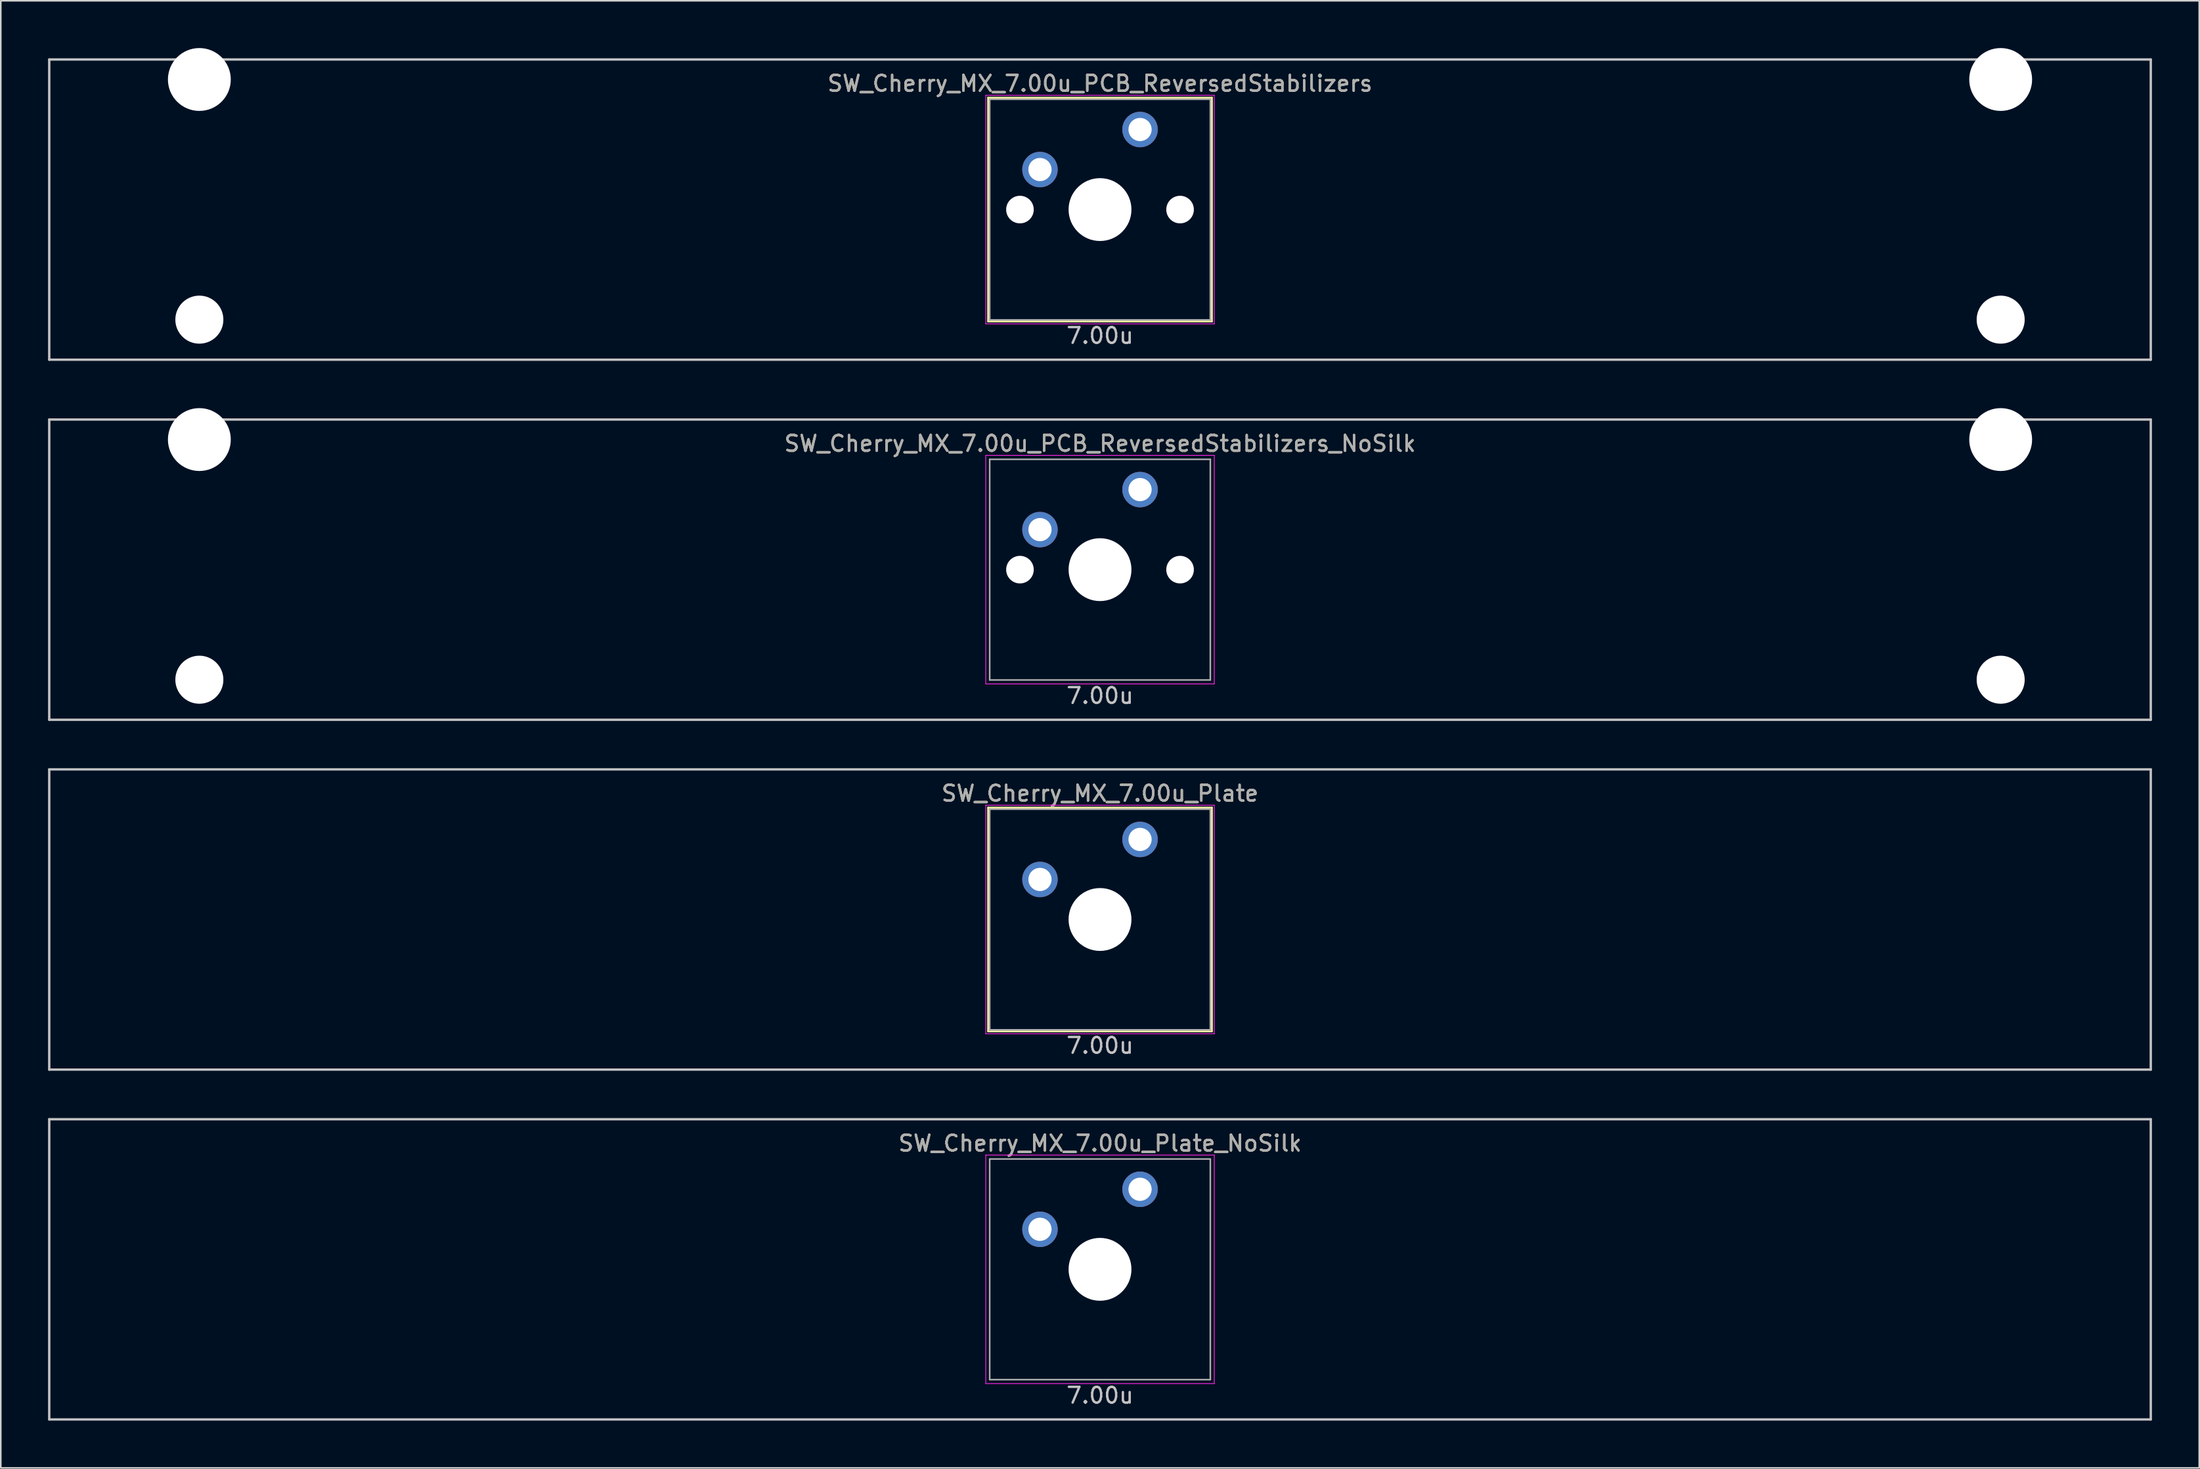
<source format=kicad_pcb>
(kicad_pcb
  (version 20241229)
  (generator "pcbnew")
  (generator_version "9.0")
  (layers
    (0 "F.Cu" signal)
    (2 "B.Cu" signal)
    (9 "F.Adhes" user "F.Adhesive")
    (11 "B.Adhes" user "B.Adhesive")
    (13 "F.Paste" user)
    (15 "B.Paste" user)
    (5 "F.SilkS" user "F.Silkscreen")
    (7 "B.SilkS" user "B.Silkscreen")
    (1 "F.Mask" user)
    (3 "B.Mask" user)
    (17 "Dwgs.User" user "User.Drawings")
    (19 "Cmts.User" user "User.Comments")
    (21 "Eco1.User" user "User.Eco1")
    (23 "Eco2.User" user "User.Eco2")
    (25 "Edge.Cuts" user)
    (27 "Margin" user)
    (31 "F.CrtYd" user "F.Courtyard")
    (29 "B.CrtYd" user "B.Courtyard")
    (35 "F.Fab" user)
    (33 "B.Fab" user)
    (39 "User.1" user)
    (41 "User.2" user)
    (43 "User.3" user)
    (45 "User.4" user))
  (footprint "SW_Cherry_MX_7.00u_PCB_ReversedStabilizers"
    (layer "F.Cu")
    (at 66.75 10.249)
    (property "Reference" "SW_Cherry_MX_7.00u_PCB_ReversedStabilizers" (at 0 -8 0) (layer "F.SilkS") (effects (font (size 1 1) (thickness 0.15))))
    (attr through_hole)
    (fp_line (start -7.1 -7.1) (end 7.1 -7.1) (stroke (width 0.12) (type solid)) (layer "F.SilkS"))
    (fp_line (start -7.1 7.1) (end -7.1 -7.1) (stroke (width 0.12) (type solid)) (layer "F.SilkS"))
    (fp_line (start 7.1 -7.1) (end 7.1 7.1) (stroke (width 0.12) (type solid)) (layer "F.SilkS"))
    (fp_line (start 7.1 7.1) (end -7.1 7.1) (stroke (width 0.12) (type solid)) (layer "F.SilkS"))
    (fp_line (start -66.675 -9.525) (end 66.675 -9.525) (stroke (width 0.15) (type solid)) (layer "Dwgs.User"))
    (fp_line (start -66.675 9.525) (end -66.675 -9.525) (stroke (width 0.15) (type solid)) (layer "Dwgs.User"))
    (fp_line (start -66.675 9.525) (end 66.675 9.525) (stroke (width 0.15) (type solid)) (layer "Dwgs.User"))
    (fp_line (start 66.675 -9.525) (end 66.675 9.525) (stroke (width 0.15) (type solid)) (layer "Dwgs.User"))
    (fp_line (start -7.25 -7.25) (end 7.25 -7.25) (stroke (width 0.05) (type solid)) (layer "F.CrtYd"))
    (fp_line (start -7.25 7.25) (end -7.25 -7.25) (stroke (width 0.05) (type solid)) (layer "F.CrtYd"))
    (fp_line (start 7.25 -7.25) (end 7.25 7.25) (stroke (width 0.05) (type solid)) (layer "F.CrtYd"))
    (fp_line (start 7.25 7.25) (end -7.25 7.25) (stroke (width 0.05) (type solid)) (layer "F.CrtYd"))
    (fp_line (start -7 -7) (end 7 -7) (stroke (width 0.1) (type solid)) (layer "F.Fab"))
    (fp_line (start -7 7) (end -7 -7) (stroke (width 0.1) (type solid)) (layer "F.Fab"))
    (fp_line (start 7 -7) (end 7 7) (stroke (width 0.1) (type solid)) (layer "F.Fab"))
    (fp_line (start 7 7) (end -7 7) (stroke (width 0.1) (type solid)) (layer "F.Fab"))
    (fp_text user "7.00u" (at 0 8 0) (layer "Dwgs.User") (effects (font (size 1 1) (thickness 0.15))))
    (fp_text user "${REFERENCE}" (at 0 -8 0) (layer "F.Fab") (effects (font (size 1 1) (thickness 0.15))))
    (pad "" np_thru_hole circle (at -57.15 -8.255) (size 3.988 3.988) (drill 3.988) (layers "*.Cu" "*.Mask"))
    (pad "" np_thru_hole circle (at -57.15 6.985) (size 3.048 3.048) (drill 3.048) (layers "*.Cu" "*.Mask"))
    (pad "" np_thru_hole circle (at -5.08 0 48.1) (size 1.75 1.75) (drill 1.75) (layers "*.Cu" "*.Mask"))
    (pad "" np_thru_hole circle (at 0 0) (size 3.988 3.988) (drill 3.988) (layers "*.Cu" "*.Mask"))
    (pad "" np_thru_hole circle (at 5.08 0 48.1) (size 1.75 1.75) (drill 1.75) (layers "*.Cu" "*.Mask"))
    (pad "" np_thru_hole circle (at 57.15 -8.255) (size 3.988 3.988) (drill 3.988) (layers "*.Cu" "*.Mask"))
    (pad "" np_thru_hole circle (at 57.15 6.985) (size 3.048 3.048) (drill 3.048) (layers "*.Cu" "*.Mask"))
    (pad "1" thru_hole circle (at -3.81 -2.54) (size 2.25 2.25) (drill 1.47) (layers "*.Cu" "B.Mask"))
    (pad "2" thru_hole circle (at 2.54 -5.08) (size 2.25 2.25) (drill 1.47) (layers "*.Cu" "B.Mask")))
  (footprint "SW_Cherry_MX_7.00u_PCB_ReversedStabilizers_NoSilk"
    (layer "F.Cu")
    (at 66.75 33.098)
    (property "Reference" "SW_Cherry_MX_7.00u_PCB_ReversedStabilizers_NoSilk" (at 0 -8 0) (layer "F.SilkS") (effects (font (size 1 1) (thickness 0.15))))
    (attr through_hole)
    (fp_line (start -66.675 -9.525) (end 66.675 -9.525) (stroke (width 0.15) (type solid)) (layer "Dwgs.User"))
    (fp_line (start -66.675 9.525) (end -66.675 -9.525) (stroke (width 0.15) (type solid)) (layer "Dwgs.User"))
    (fp_line (start -66.675 9.525) (end 66.675 9.525) (stroke (width 0.15) (type solid)) (layer "Dwgs.User"))
    (fp_line (start 66.675 -9.525) (end 66.675 9.525) (stroke (width 0.15) (type solid)) (layer "Dwgs.User"))
    (fp_line (start -7.25 -7.25) (end 7.25 -7.25) (stroke (width 0.05) (type solid)) (layer "F.CrtYd"))
    (fp_line (start -7.25 7.25) (end -7.25 -7.25) (stroke (width 0.05) (type solid)) (layer "F.CrtYd"))
    (fp_line (start 7.25 -7.25) (end 7.25 7.25) (stroke (width 0.05) (type solid)) (layer "F.CrtYd"))
    (fp_line (start 7.25 7.25) (end -7.25 7.25) (stroke (width 0.05) (type solid)) (layer "F.CrtYd"))
    (fp_line (start -7 -7) (end 7 -7) (stroke (width 0.1) (type solid)) (layer "F.Fab"))
    (fp_line (start -7 7) (end -7 -7) (stroke (width 0.1) (type solid)) (layer "F.Fab"))
    (fp_line (start 7 -7) (end 7 7) (stroke (width 0.1) (type solid)) (layer "F.Fab"))
    (fp_line (start 7 7) (end -7 7) (stroke (width 0.1) (type solid)) (layer "F.Fab"))
    (fp_text user "7.00u" (at 0 8 0) (layer "Dwgs.User") (effects (font (size 1 1) (thickness 0.15))))
    (fp_text user "${REFERENCE}" (at 0 -8 0) (layer "F.Fab") (effects (font (size 1 1) (thickness 0.15))))
    (pad "" np_thru_hole circle (at -57.15 -8.255) (size 3.988 3.988) (drill 3.988) (layers "*.Cu" "*.Mask"))
    (pad "" np_thru_hole circle (at -57.15 6.985) (size 3.048 3.048) (drill 3.048) (layers "*.Cu" "*.Mask"))
    (pad "" np_thru_hole circle (at -5.08 0 48.1) (size 1.75 1.75) (drill 1.75) (layers "*.Cu" "*.Mask"))
    (pad "" np_thru_hole circle (at 0 0) (size 3.988 3.988) (drill 3.988) (layers "*.Cu" "*.Mask"))
    (pad "" np_thru_hole circle (at 5.08 0 48.1) (size 1.75 1.75) (drill 1.75) (layers "*.Cu" "*.Mask"))
    (pad "" np_thru_hole circle (at 57.15 -8.255) (size 3.988 3.988) (drill 3.988) (layers "*.Cu" "*.Mask"))
    (pad "" np_thru_hole circle (at 57.15 6.985) (size 3.048 3.048) (drill 3.048) (layers "*.Cu" "*.Mask"))
    (pad "1" thru_hole circle (at -3.81 -2.54) (size 2.25 2.25) (drill 1.47) (layers "*.Cu" "B.Mask"))
    (pad "2" thru_hole circle (at 2.54 -5.08) (size 2.25 2.25) (drill 1.47) (layers "*.Cu" "B.Mask")))
  (footprint "SW_Cherry_MX_7.00u_Plate_NoSilk"
    (layer "F.Cu")
    (at 66.75 77.498)
    (property "Reference" "SW_Cherry_MX_7.00u_Plate_NoSilk" (at 0 -8 0) (layer "F.SilkS") (effects (font (size 1 1) (thickness 0.15))))
    (attr through_hole)
    (fp_line (start -66.675 -9.525) (end 66.675 -9.525) (stroke (width 0.15) (type solid)) (layer "Dwgs.User"))
    (fp_line (start -66.675 9.525) (end -66.675 -9.525) (stroke (width 0.15) (type solid)) (layer "Dwgs.User"))
    (fp_line (start -66.675 9.525) (end 66.675 9.525) (stroke (width 0.15) (type solid)) (layer "Dwgs.User"))
    (fp_line (start 66.675 -9.525) (end 66.675 9.525) (stroke (width 0.15) (type solid)) (layer "Dwgs.User"))
    (fp_line (start -7.25 -7.25) (end 7.25 -7.25) (stroke (width 0.05) (type solid)) (layer "F.CrtYd"))
    (fp_line (start -7.25 7.25) (end -7.25 -7.25) (stroke (width 0.05) (type solid)) (layer "F.CrtYd"))
    (fp_line (start 7.25 -7.25) (end 7.25 7.25) (stroke (width 0.05) (type solid)) (layer "F.CrtYd"))
    (fp_line (start 7.25 7.25) (end -7.25 7.25) (stroke (width 0.05) (type solid)) (layer "F.CrtYd"))
    (fp_line (start -7 -7) (end 7 -7) (stroke (width 0.1) (type solid)) (layer "F.Fab"))
    (fp_line (start -7 7) (end -7 -7) (stroke (width 0.1) (type solid)) (layer "F.Fab"))
    (fp_line (start 7 -7) (end 7 7) (stroke (width 0.1) (type solid)) (layer "F.Fab"))
    (fp_line (start 7 7) (end -7 7) (stroke (width 0.1) (type solid)) (layer "F.Fab"))
    (fp_text user "7.00u" (at 0 8 0) (layer "Dwgs.User") (effects (font (size 1 1) (thickness 0.15))))
    (fp_text user "${REFERENCE}" (at 0 -8 0) (layer "F.Fab") (effects (font (size 1 1) (thickness 0.15))))
    (pad "" np_thru_hole circle (at 0 0) (size 3.988 3.988) (drill 3.988) (layers "*.Cu" "*.Mask"))
    (pad "1" thru_hole circle (at -3.81 -2.54) (size 2.25 2.25) (drill 1.47) (layers "*.Cu" "B.Mask"))
    (pad "2" thru_hole circle (at 2.54 -5.08) (size 2.25 2.25) (drill 1.47) (layers "*.Cu" "B.Mask")))
  (footprint "SW_Cherry_MX_7.00u_Plate"
    (layer "F.Cu")
    (at 66.75 55.298)
    (property "Reference" "SW_Cherry_MX_7.00u_Plate" (at 0 -8 0) (layer "F.SilkS") (effects (font (size 1 1) (thickness 0.15))))
    (attr through_hole)
    (fp_line (start -7.1 -7.1) (end 7.1 -7.1) (stroke (width 0.12) (type solid)) (layer "F.SilkS"))
    (fp_line (start -7.1 7.1) (end -7.1 -7.1) (stroke (width 0.12) (type solid)) (layer "F.SilkS"))
    (fp_line (start 7.1 -7.1) (end 7.1 7.1) (stroke (width 0.12) (type solid)) (layer "F.SilkS"))
    (fp_line (start 7.1 7.1) (end -7.1 7.1) (stroke (width 0.12) (type solid)) (layer "F.SilkS"))
    (fp_line (start -66.675 -9.525) (end 66.675 -9.525) (stroke (width 0.15) (type solid)) (layer "Dwgs.User"))
    (fp_line (start -66.675 9.525) (end -66.675 -9.525) (stroke (width 0.15) (type solid)) (layer "Dwgs.User"))
    (fp_line (start -66.675 9.525) (end 66.675 9.525) (stroke (width 0.15) (type solid)) (layer "Dwgs.User"))
    (fp_line (start 66.675 -9.525) (end 66.675 9.525) (stroke (width 0.15) (type solid)) (layer "Dwgs.User"))
    (fp_line (start -7.25 -7.25) (end 7.25 -7.25) (stroke (width 0.05) (type solid)) (layer "F.CrtYd"))
    (fp_line (start -7.25 7.25) (end -7.25 -7.25) (stroke (width 0.05) (type solid)) (layer "F.CrtYd"))
    (fp_line (start 7.25 -7.25) (end 7.25 7.25) (stroke (width 0.05) (type solid)) (layer "F.CrtYd"))
    (fp_line (start 7.25 7.25) (end -7.25 7.25) (stroke (width 0.05) (type solid)) (layer "F.CrtYd"))
    (fp_line (start -7 -7) (end 7 -7) (stroke (width 0.1) (type solid)) (layer "F.Fab"))
    (fp_line (start -7 7) (end -7 -7) (stroke (width 0.1) (type solid)) (layer "F.Fab"))
    (fp_line (start 7 -7) (end 7 7) (stroke (width 0.1) (type solid)) (layer "F.Fab"))
    (fp_line (start 7 7) (end -7 7) (stroke (width 0.1) (type solid)) (layer "F.Fab"))
    (fp_text user "7.00u" (at 0 8 0) (layer "Dwgs.User") (effects (font (size 1 1) (thickness 0.15))))
    (fp_text user "${REFERENCE}" (at 0 -8 0) (layer "F.Fab") (effects (font (size 1 1) (thickness 0.15))))
    (pad "" np_thru_hole circle (at 0 0) (size 3.988 3.988) (drill 3.988) (layers "*.Cu" "*.Mask"))
    (pad "1" thru_hole circle (at -3.81 -2.54) (size 2.25 2.25) (drill 1.47) (layers "*.Cu" "B.Mask"))
    (pad "2" thru_hole circle (at 2.54 -5.08) (size 2.25 2.25) (drill 1.47) (layers "*.Cu" "B.Mask")))
  (gr_rect
    (start -3 -3)
    (end 136.5 90.098)
    (stroke (width 0.1) (type default))
    (fill no)
    (layer "Edge.Cuts")))
</source>
